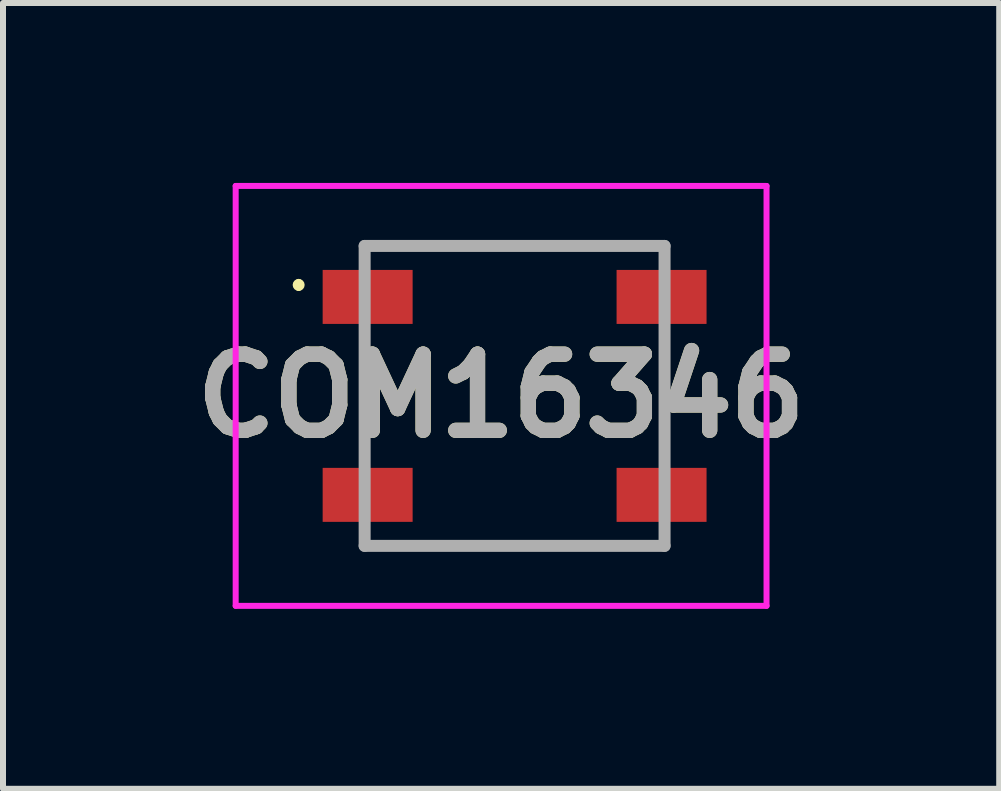
<source format=kicad_pcb>
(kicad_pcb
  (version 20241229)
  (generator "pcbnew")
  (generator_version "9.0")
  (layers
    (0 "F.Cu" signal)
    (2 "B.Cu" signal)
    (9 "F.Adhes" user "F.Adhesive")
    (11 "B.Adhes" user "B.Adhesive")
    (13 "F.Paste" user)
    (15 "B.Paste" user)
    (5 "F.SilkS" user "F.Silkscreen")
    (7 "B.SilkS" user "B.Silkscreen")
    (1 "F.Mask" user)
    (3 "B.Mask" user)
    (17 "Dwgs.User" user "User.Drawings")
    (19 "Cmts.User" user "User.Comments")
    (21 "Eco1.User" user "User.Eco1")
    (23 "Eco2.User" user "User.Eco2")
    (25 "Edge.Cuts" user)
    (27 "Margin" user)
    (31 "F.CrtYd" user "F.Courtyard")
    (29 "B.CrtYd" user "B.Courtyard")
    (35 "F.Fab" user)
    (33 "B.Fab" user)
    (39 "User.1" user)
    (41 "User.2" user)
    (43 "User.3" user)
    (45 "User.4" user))
  (footprint "COM16346"
    (layer "F.Cu")
    (at 5.529 3.55)
    (property "Reference" "COM16346" (at -0.225 0 0) (layer "F.SilkS") (effects (font (size 1.27 1.27) (thickness 0.254))))
    (attr smd)
    (fp_line (start -3.6 -1.9) (end -3.6 -1.9) (stroke (width 0.1) (type solid)) (layer "F.SilkS"))
    (fp_line (start -3.6 -1.8) (end -3.6 -1.8) (stroke (width 0.1) (type solid)) (layer "F.SilkS"))
    (fp_line (start -2.5 -2.5) (end 2.5 -2.5) (stroke (width 0.1) (type solid)) (layer "F.SilkS"))
    (fp_line (start -2.5 -1) (end -2.5 1) (stroke (width 0.1) (type solid)) (layer "F.SilkS"))
    (fp_line (start -2.45 2.5) (end 2.5 2.5) (stroke (width 0.1) (type solid)) (layer "F.SilkS"))
    (fp_line (start 2.5 -1) (end 2.5 1) (stroke (width 0.1) (type solid)) (layer "F.SilkS"))
    (fp_arc (start -3.6 -1.9) (mid -3.55 -1.85) (end -3.6 -1.8) (stroke (width 0.1) (type solid)) (layer "F.SilkS"))
    (fp_arc (start -3.6 -1.8) (mid -3.65 -1.85) (end -3.6 -1.9) (stroke (width 0.1) (type solid)) (layer "F.SilkS"))
    (fp_line (start -4.65 -3.5) (end 4.2 -3.5) (stroke (width 0.1) (type solid)) (layer "F.CrtYd"))
    (fp_line (start -4.65 3.5) (end -4.65 -3.5) (stroke (width 0.1) (type solid)) (layer "F.CrtYd"))
    (fp_line (start 4.2 -3.5) (end 4.2 3.5) (stroke (width 0.1) (type solid)) (layer "F.CrtYd"))
    (fp_line (start 4.2 3.5) (end -4.65 3.5) (stroke (width 0.1) (type solid)) (layer "F.CrtYd"))
    (fp_line (start -2.5 -2.5) (end 2.5 -2.5) (stroke (width 0.2) (type solid)) (layer "F.Fab"))
    (fp_line (start -2.5 2.5) (end -2.5 -2.5) (stroke (width 0.2) (type solid)) (layer "F.Fab"))
    (fp_line (start 2.5 -2.5) (end 2.5 2.5) (stroke (width 0.2) (type solid)) (layer "F.Fab"))
    (fp_line (start 2.5 2.5) (end -2.5 2.5) (stroke (width 0.2) (type solid)) (layer "F.Fab"))
    (fp_text user "${REFERENCE}" (at -0.225 0 0) (layer "F.Fab") (effects (font (size 1.27 1.27) (thickness 0.254))))
    (pad "1" smd rect (at -2.45 -1.65 90) (size 0.9 1.5) (layers "F.Cu" "F.Mask" "F.Paste"))
    (pad "2" smd rect (at -2.45 1.65 90) (size 0.9 1.5) (layers "F.Cu" "F.Mask" "F.Paste"))
    (pad "3" smd rect (at 2.45 1.65 90) (size 0.9 1.5) (layers "F.Cu" "F.Mask" "F.Paste"))
    (pad "4" smd rect (at 2.45 -1.65 90) (size 0.9 1.5) (layers "F.Cu" "F.Mask" "F.Paste")))
  (gr_rect
    (start -3 -3)
    (end 13.608 10.1)
    (stroke (width 0.1) (type default))
    (fill no)
    (layer "Edge.Cuts")))
</source>
